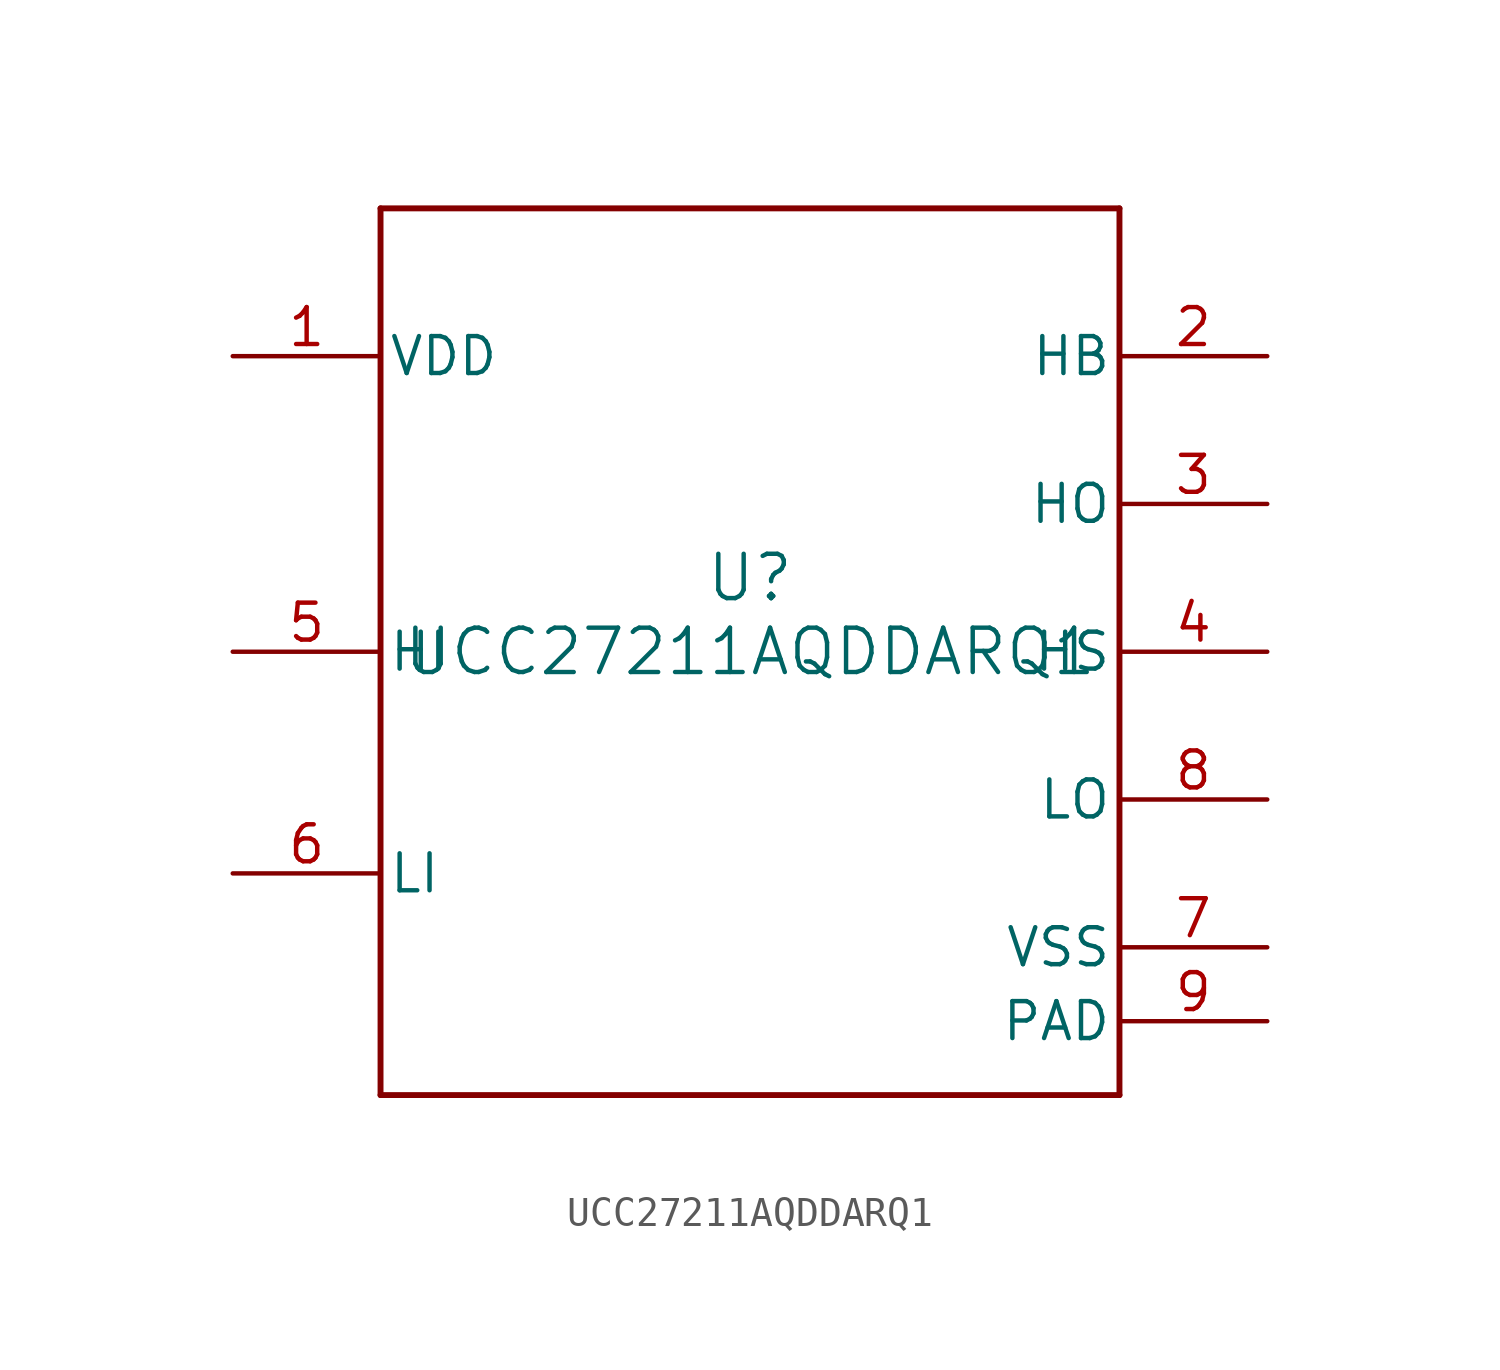
<source format=kicad_sym>
(kicad_symbol_lib
  (version 20211014)
  (generator kicad_symbol_editor)
  (symbol "UCC27211AQDDARQ1"
    (pin_names
      (offset 0.254))
    (property "Reference" "U"
      (at 0 2.54 0)
      (effects (font (size 1.524 1.524))))
    (property "Value" "UCC27211AQDDARQ1"
      (at 0 0 0)
      (effects (font (size 1.524 1.524))))
    (symbol "UCC27211AQDDARQ1_0_1"
      (polyline (pts (xy -12.7 -15.24) (xy 12.7 -15.24)) (stroke (width 0.203) (type default) (color 0 0 0 0)) (fill (type none)))
      (polyline (pts (xy 12.7 -15.24) (xy 12.7 15.24)) (stroke (width 0.203) (type default) (color 0 0 0 0)) (fill (type none)))
      (polyline (pts (xy 12.7 15.24) (xy -12.7 15.24)) (stroke (width 0.203) (type default) (color 0 0 0 0)) (fill (type none)))
      (polyline (pts (xy -12.7 15.24) (xy -12.7 -15.24)) (stroke (width 0.203) (type default) (color 0 0 0 0)) (fill (type none)))
      (pin power_in line (at -17.78 10.16 0) (length 5.08) (name "VDD" (effects (font (size 1.27 1.27)))) (number "1" (effects (font (size 1.27 1.27)))))
      (pin power_in line (at 17.78 10.16 180) (length 5.08) (name "HB" (effects (font (size 1.27 1.27)))) (number "2" (effects (font (size 1.27 1.27)))))
      (pin output line (at 17.78 5.08 180) (length 5.08) (name "HO" (effects (font (size 1.27 1.27)))) (number "3" (effects (font (size 1.27 1.27)))))
      (pin power_in line (at 17.78 0 180) (length 5.08) (name "HS" (effects (font (size 1.27 1.27)))) (number "4" (effects (font (size 1.27 1.27)))))
      (pin input line (at -17.78 0 0) (length 5.08) (name "HI" (effects (font (size 1.27 1.27)))) (number "5" (effects (font (size 1.27 1.27)))))
      (pin input line (at -17.78 -7.62 0) (length 5.08) (name "LI" (effects (font (size 1.27 1.27)))) (number "6" (effects (font (size 1.27 1.27)))))
      (pin power_in line (at 17.78 -10.16 180) (length 5.08) (name "VSS" (effects (font (size 1.27 1.27)))) (number "7" (effects (font (size 1.27 1.27)))))
      (pin output line (at 17.78 -5.08 180) (length 5.08) (name "LO" (effects (font (size 1.27 1.27)))) (number "8" (effects (font (size 1.27 1.27)))))
      (pin unspecified line (at 17.78 -12.7 180) (length 5.08) (name "PAD" (effects (font (size 1.27 1.27)))) (number "9" (effects (font (size 1.27 1.27))))))))
</source>
